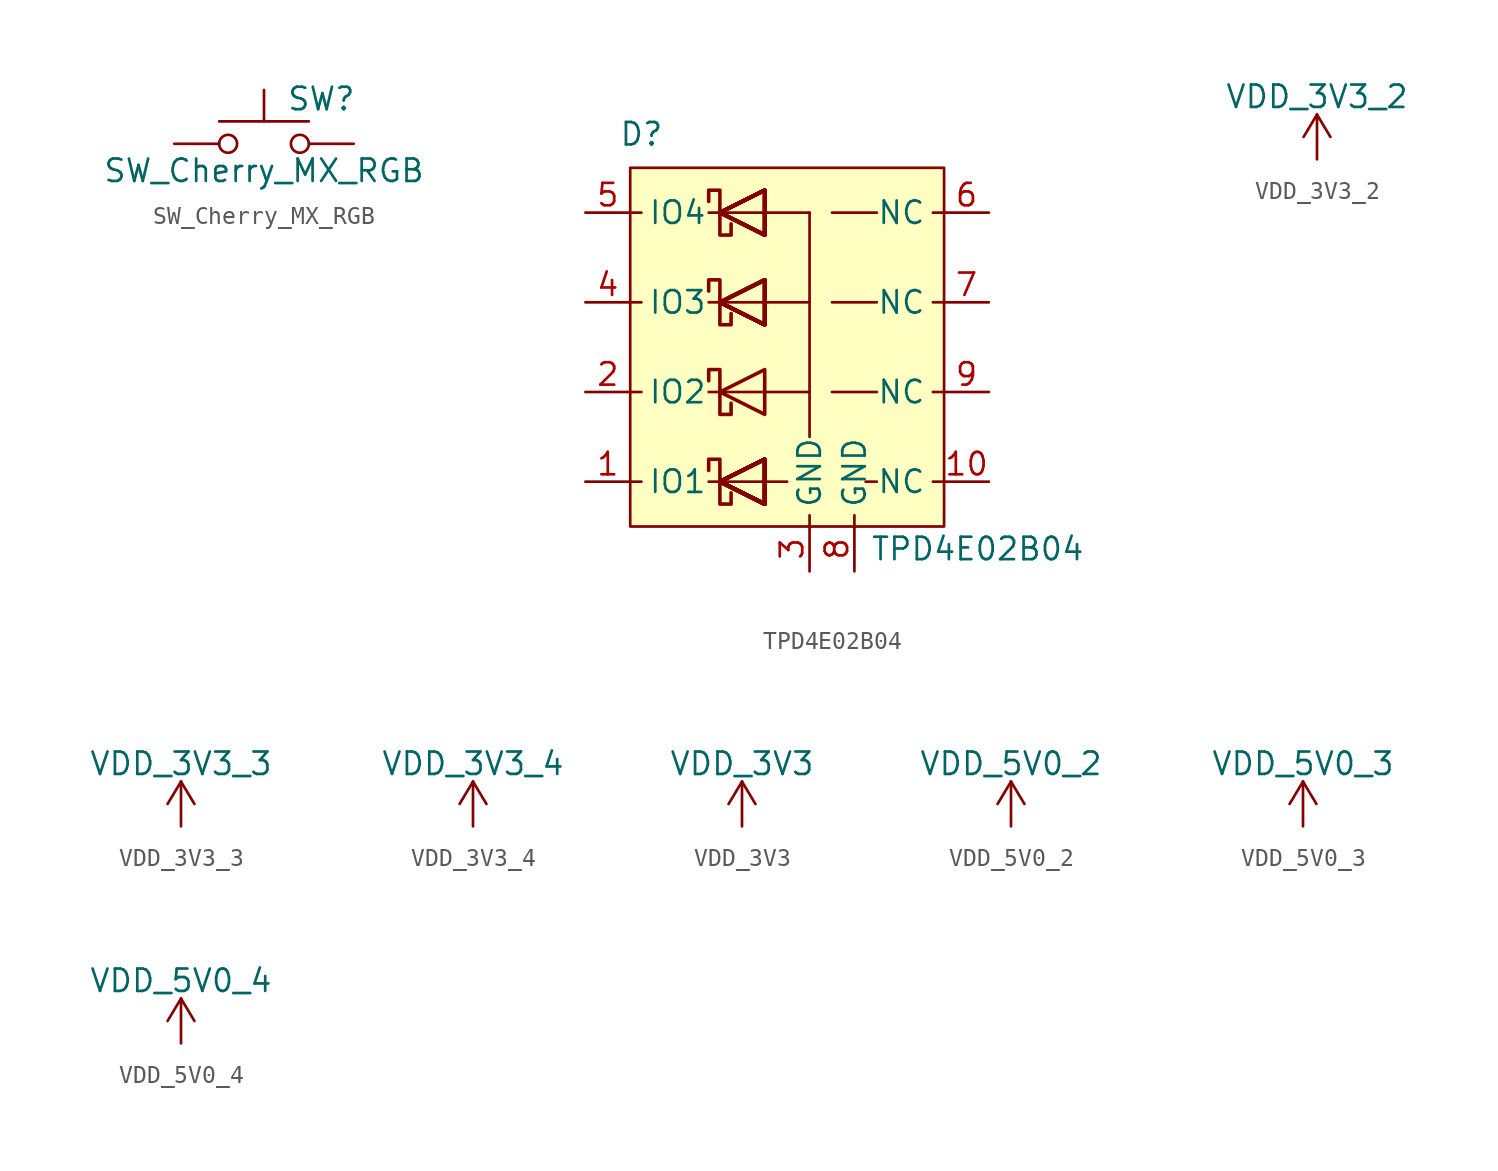
<source format=kicad_sym>
(kicad_symbol_lib
  (version 20211014)
  (generator kicad_symbol_editor)
  (symbol "SW_Cherry_MX_RGB"
    (pin_numbers hide)
    (pin_names
      (offset 1.016) hide)
    (property "Reference" "SW"
      (at 1.27 2.54 0)
      (effects (font (size 1.27 1.27)) (justify left)))
    (property "Value" "SW_Cherry_MX_RGB"
      (at 0 -1.524 0)
      (effects (font (size 1.27 1.27))))
    (symbol "SW_Cherry_MX_RGB_0_1"
      (circle (center -2.032 0) (radius 0.508) (stroke (width 0) (type default) (color 0 0 0 0)) (fill (type none)))
      (polyline (pts (xy 0 1.27) (xy 0 3.048)) (stroke (width 0) (type default) (color 0 0 0 0)) (fill (type none)))
      (polyline (pts (xy 2.54 1.27) (xy -2.54 1.27)) (stroke (width 0) (type default) (color 0 0 0 0)) (fill (type none)))
      (circle (center 2.032 0) (radius 0.508) (stroke (width 0) (type default) (color 0 0 0 0)) (fill (type none)))
      (pin passive line (at -5.08 0 0) (length 2.54) (name "1" (effects (font (size 1.27 1.27)))) (number "1" (effects (font (size 1.27 1.27)))))
      (pin passive line (at 5.08 0 180) (length 2.54) (name "2" (effects (font (size 1.27 1.27)))) (number "2" (effects (font (size 1.27 1.27)))))))
  (symbol "TPD4E02B04"
    (pin_names
      (offset 1.016))
    (property "Reference" "D"
      (at -8.255 12.065 0)
      (effects (font (size 1.27 1.27))))
    (property "Value" "TPD4E02B04"
      (at 10.795 -11.43 0)
      (effects (font (size 1.27 1.27))))
    (symbol "TPD4E02B04_0_1"
      (rectangle (start -8.89 -10.16) (end 8.89 10.16) (stroke (width 0) (type default) (color 0 0 0 0)) (fill (type background)))
      (polyline (pts (xy -8.89 -7.62) (xy -8.255 -7.62)) (stroke (width 0) (type default) (color 0 0 0 0)) (fill (type none)))
      (polyline (pts (xy -8.89 -2.54) (xy -8.255 -2.54)) (stroke (width 0) (type default) (color 0 0 0 0)) (fill (type none)))
      (polyline (pts (xy -8.89 2.54) (xy -8.255 2.54)) (stroke (width 0) (type default) (color 0 0 0 0)) (fill (type none)))
      (polyline (pts (xy -8.89 7.62) (xy -8.255 7.62)) (stroke (width 0) (type default) (color 0 0 0 0)) (fill (type none)))
      (polyline (pts (xy -4.445 -7.62) (xy 0 -7.62)) (stroke (width 0) (type default) (color 0 0 0 0)) (fill (type none)))
      (polyline (pts (xy -4.445 -2.54) (xy 1.27 -2.54)) (stroke (width 0) (type default) (color 0 0 0 0)) (fill (type none)))
      (polyline (pts (xy -4.445 2.54) (xy 1.27 2.54)) (stroke (width 0) (type default) (color 0 0 0 0)) (fill (type none)))
      (polyline (pts (xy -4.445 7.62) (xy 1.27 7.62)) (stroke (width 0) (type default) (color 0 0 0 0)) (fill (type none)))
      (polyline (pts (xy 1.27 -9.525) (xy 1.27 -10.16)) (stroke (width 0) (type default) (color 0 0 0 0)) (fill (type none)))
      (polyline (pts (xy 1.27 7.62) (xy 1.27 -5.08)) (stroke (width 0) (type default) (color 0 0 0 0)) (fill (type none)))
      (polyline (pts (xy 2.54 2.54) (xy 5.08 2.54)) (stroke (width 0) (type default) (color 0 0 0 0)) (fill (type none)))
      (polyline (pts (xy 2.54 7.62) (xy 5.08 7.62)) (stroke (width 0) (type default) (color 0 0 0 0)) (fill (type none)))
      (polyline (pts (xy 3.81 -9.525) (xy 3.81 -10.16)) (stroke (width 0) (type default) (color 0 0 0 0)) (fill (type none)))
      (polyline (pts (xy 5.08 -7.62) (xy 4.445 -7.62)) (stroke (width 0) (type default) (color 0 0 0 0)) (fill (type none)))
      (polyline (pts (xy 5.08 -2.54) (xy 2.54 -2.54)) (stroke (width 0) (type default) (color 0 0 0 0)) (fill (type none)))
      (polyline (pts (xy 8.255 -2.54) (xy 8.89 -2.54)) (stroke (width 0) (type default) (color 0 0 0 0)) (fill (type none)))
      (polyline (pts (xy 8.255 7.62) (xy 8.89 7.62)) (stroke (width 0) (type default) (color 0 0 0 0)) (fill (type none)))
      (polyline (pts (xy 8.89 -7.62) (xy 8.255 -7.62)) (stroke (width 0) (type default) (color 0 0 0 0)) (fill (type none)))
      (polyline (pts (xy 8.89 2.54) (xy 8.255 2.54)) (stroke (width 0) (type default) (color 0 0 0 0)) (fill (type none))))
    (symbol "TPD4E02B04_1_1"
      (polyline (pts (xy -1.27 -6.35) (xy -1.27 -8.89) (xy -3.81 -7.62) (xy -1.27 -6.35)) (stroke (width 0.203) (type default) (color 0 0 0 0)) (fill (type none)))
      (polyline (pts (xy -1.27 -6.35) (xy -1.27 -8.89) (xy -3.81 -7.62) (xy -1.27 -6.35)) (stroke (width 0.203) (type default) (color 0 0 0 0)) (fill (type none)))
      (polyline (pts (xy -1.27 -6.35) (xy -1.27 -8.89) (xy -3.81 -7.62) (xy -1.27 -6.35)) (stroke (width 0.203) (type default) (color 0 0 0 0)) (fill (type none)))
      (polyline (pts (xy -1.27 -6.35) (xy -1.27 -8.89) (xy -3.81 -7.62) (xy -1.27 -6.35)) (stroke (width 0.203) (type default) (color 0 0 0 0)) (fill (type none)))
      (polyline (pts (xy -1.27 -6.35) (xy -1.27 -8.89) (xy -3.81 -7.62) (xy -1.27 -6.35)) (stroke (width 0.203) (type default) (color 0 0 0 0)) (fill (type none)))
      (polyline (pts (xy -1.27 -6.35) (xy -1.27 -8.89) (xy -3.81 -7.62) (xy -1.27 -6.35)) (stroke (width 0.203) (type default) (color 0 0 0 0)) (fill (type none)))
      (polyline (pts (xy -1.27 -6.35) (xy -1.27 -8.89) (xy -3.81 -7.62) (xy -1.27 -6.35)) (stroke (width 0.203) (type default) (color 0 0 0 0)) (fill (type none)))
      (polyline (pts (xy -1.27 -6.35) (xy -1.27 -8.89) (xy -3.81 -7.62) (xy -1.27 -6.35)) (stroke (width 0.203) (type default) (color 0 0 0 0)) (fill (type none)))
      (polyline (pts (xy -1.27 -6.35) (xy -1.27 -8.89) (xy -3.81 -7.62) (xy -1.27 -6.35)) (stroke (width 0.203) (type default) (color 0 0 0 0)) (fill (type none)))
      (polyline (pts (xy -1.27 -6.35) (xy -1.27 -8.89) (xy -3.81 -7.62) (xy -1.27 -6.35)) (stroke (width 0.203) (type default) (color 0 0 0 0)) (fill (type none)))
      (polyline (pts (xy -1.27 -6.35) (xy -1.27 -8.89) (xy -3.81 -7.62) (xy -1.27 -6.35)) (stroke (width 0.203) (type default) (color 0 0 0 0)) (fill (type none)))
      (polyline (pts (xy -1.27 -6.35) (xy -1.27 -8.89) (xy -3.81 -7.62) (xy -1.27 -6.35)) (stroke (width 0.203) (type default) (color 0 0 0 0)) (fill (type none)))
      (polyline (pts (xy -1.27 -6.35) (xy -1.27 -8.89) (xy -3.81 -7.62) (xy -1.27 -6.35)) (stroke (width 0.203) (type default) (color 0 0 0 0)) (fill (type none)))
      (polyline (pts (xy -1.27 -6.35) (xy -1.27 -8.89) (xy -3.81 -7.62) (xy -1.27 -6.35)) (stroke (width 0.203) (type default) (color 0 0 0 0)) (fill (type none)))
      (polyline (pts (xy -1.27 -6.35) (xy -1.27 -8.89) (xy -3.81 -7.62) (xy -1.27 -6.35)) (stroke (width 0.203) (type default) (color 0 0 0 0)) (fill (type none)))
      (polyline (pts (xy -1.27 -6.35) (xy -1.27 -8.89) (xy -3.81 -7.62) (xy -1.27 -6.35)) (stroke (width 0.203) (type default) (color 0 0 0 0)) (fill (type none)))
      (polyline (pts (xy -1.27 -6.35) (xy -1.27 -8.89) (xy -3.81 -7.62) (xy -1.27 -6.35)) (stroke (width 0.203) (type default) (color 0 0 0 0)) (fill (type none)))
      (polyline (pts (xy -1.27 -6.35) (xy -1.27 -8.89) (xy -3.81 -7.62) (xy -1.27 -6.35)) (stroke (width 0.203) (type default) (color 0 0 0 0)) (fill (type none)))
      (polyline (pts (xy -1.27 -6.35) (xy -1.27 -8.89) (xy -3.81 -7.62) (xy -1.27 -6.35)) (stroke (width 0.203) (type default) (color 0 0 0 0)) (fill (type none)))
      (polyline (pts (xy -1.27 -6.35) (xy -1.27 -8.89) (xy -3.81 -7.62) (xy -1.27 -6.35)) (stroke (width 0.203) (type default) (color 0 0 0 0)) (fill (type none)))
      (polyline (pts (xy -1.27 -6.35) (xy -1.27 -8.89) (xy -3.81 -7.62) (xy -1.27 -6.35)) (stroke (width 0.203) (type default) (color 0 0 0 0)) (fill (type none)))
      (polyline (pts (xy -1.27 -6.35) (xy -1.27 -8.89) (xy -3.81 -7.62) (xy -1.27 -6.35)) (stroke (width 0.203) (type default) (color 0 0 0 0)) (fill (type none)))
      (polyline (pts (xy -1.27 -6.35) (xy -1.27 -8.89) (xy -3.81 -7.62) (xy -1.27 -6.35)) (stroke (width 0.203) (type default) (color 0 0 0 0)) (fill (type none)))
      (polyline (pts (xy -1.27 -6.35) (xy -1.27 -8.89) (xy -3.81 -7.62) (xy -1.27 -6.35)) (stroke (width 0.203) (type default) (color 0 0 0 0)) (fill (type none)))
      (polyline (pts (xy -1.27 -6.35) (xy -1.27 -8.89) (xy -3.81 -7.62) (xy -1.27 -6.35)) (stroke (width 0.203) (type default) (color 0 0 0 0)) (fill (type none)))
      (polyline (pts (xy -1.27 -6.35) (xy -1.27 -8.89) (xy -3.81 -7.62) (xy -1.27 -6.35)) (stroke (width 0.203) (type default) (color 0 0 0 0)) (fill (type none)))
      (polyline (pts (xy -1.27 -6.35) (xy -1.27 -8.89) (xy -3.81 -7.62) (xy -1.27 -6.35)) (stroke (width 0.203) (type default) (color 0 0 0 0)) (fill (type none)))
      (polyline (pts (xy -1.27 -6.35) (xy -1.27 -8.89) (xy -3.81 -7.62) (xy -1.27 -6.35)) (stroke (width 0.203) (type default) (color 0 0 0 0)) (fill (type none)))
      (polyline (pts (xy -1.27 -6.35) (xy -1.27 -8.89) (xy -3.81 -7.62) (xy -1.27 -6.35)) (stroke (width 0.203) (type default) (color 0 0 0 0)) (fill (type none)))
      (polyline (pts (xy -1.27 -6.35) (xy -1.27 -8.89) (xy -3.81 -7.62) (xy -1.27 -6.35)) (stroke (width 0.203) (type default) (color 0 0 0 0)) (fill (type none)))
      (polyline (pts (xy -1.27 -1.27) (xy -1.27 -3.81) (xy -3.81 -2.54) (xy -1.27 -1.27)) (stroke (width 0.203) (type default) (color 0 0 0 0)) (fill (type none)))
      (polyline (pts (xy -1.27 3.81) (xy -1.27 1.27) (xy -3.81 2.54) (xy -1.27 3.81)) (stroke (width 0.203) (type default) (color 0 0 0 0)) (fill (type none)))
      (polyline (pts (xy -1.27 3.81) (xy -1.27 1.27) (xy -3.81 2.54) (xy -1.27 3.81)) (stroke (width 0.203) (type default) (color 0 0 0 0)) (fill (type none)))
      (polyline (pts (xy -1.27 3.81) (xy -1.27 1.27) (xy -3.81 2.54) (xy -1.27 3.81)) (stroke (width 0.203) (type default) (color 0 0 0 0)) (fill (type none)))
      (polyline (pts (xy -1.27 3.81) (xy -1.27 1.27) (xy -3.81 2.54) (xy -1.27 3.81)) (stroke (width 0.203) (type default) (color 0 0 0 0)) (fill (type none)))
      (polyline (pts (xy -1.27 3.81) (xy -1.27 1.27) (xy -3.81 2.54) (xy -1.27 3.81)) (stroke (width 0.203) (type default) (color 0 0 0 0)) (fill (type none)))
      (polyline (pts (xy -1.27 3.81) (xy -1.27 1.27) (xy -3.81 2.54) (xy -1.27 3.81)) (stroke (width 0.203) (type default) (color 0 0 0 0)) (fill (type none)))
      (polyline (pts (xy -1.27 3.81) (xy -1.27 1.27) (xy -3.81 2.54) (xy -1.27 3.81)) (stroke (width 0.203) (type default) (color 0 0 0 0)) (fill (type none)))
      (polyline (pts (xy -1.27 3.81) (xy -1.27 1.27) (xy -3.81 2.54) (xy -1.27 3.81)) (stroke (width 0.203) (type default) (color 0 0 0 0)) (fill (type none)))
      (polyline (pts (xy -1.27 3.81) (xy -1.27 1.27) (xy -3.81 2.54) (xy -1.27 3.81)) (stroke (width 0.203) (type default) (color 0 0 0 0)) (fill (type none)))
      (polyline (pts (xy -1.27 3.81) (xy -1.27 1.27) (xy -3.81 2.54) (xy -1.27 3.81)) (stroke (width 0.203) (type default) (color 0 0 0 0)) (fill (type none)))
      (polyline (pts (xy -1.27 3.81) (xy -1.27 1.27) (xy -3.81 2.54) (xy -1.27 3.81)) (stroke (width 0.203) (type default) (color 0 0 0 0)) (fill (type none)))
      (polyline (pts (xy -1.27 3.81) (xy -1.27 1.27) (xy -3.81 2.54) (xy -1.27 3.81)) (stroke (width 0.203) (type default) (color 0 0 0 0)) (fill (type none)))
      (polyline (pts (xy -1.27 3.81) (xy -1.27 1.27) (xy -3.81 2.54) (xy -1.27 3.81)) (stroke (width 0.203) (type default) (color 0 0 0 0)) (fill (type none)))
      (polyline (pts (xy -1.27 3.81) (xy -1.27 1.27) (xy -3.81 2.54) (xy -1.27 3.81)) (stroke (width 0.203) (type default) (color 0 0 0 0)) (fill (type none)))
      (polyline (pts (xy -1.27 3.81) (xy -1.27 1.27) (xy -3.81 2.54) (xy -1.27 3.81)) (stroke (width 0.203) (type default) (color 0 0 0 0)) (fill (type none)))
      (polyline (pts (xy -1.27 3.81) (xy -1.27 1.27) (xy -3.81 2.54) (xy -1.27 3.81)) (stroke (width 0.203) (type default) (color 0 0 0 0)) (fill (type none)))
      (polyline (pts (xy -1.27 8.89) (xy -1.27 6.35) (xy -3.81 7.62) (xy -1.27 8.89)) (stroke (width 0.203) (type default) (color 0 0 0 0)) (fill (type none)))
      (polyline (pts (xy -1.27 8.89) (xy -1.27 6.35) (xy -3.81 7.62) (xy -1.27 8.89)) (stroke (width 0.203) (type default) (color 0 0 0 0)) (fill (type none)))
      (polyline (pts (xy -1.27 8.89) (xy -1.27 6.35) (xy -3.81 7.62) (xy -1.27 8.89)) (stroke (width 0.203) (type default) (color 0 0 0 0)) (fill (type none)))
      (polyline (pts (xy -1.27 8.89) (xy -1.27 6.35) (xy -3.81 7.62) (xy -1.27 8.89)) (stroke (width 0.203) (type default) (color 0 0 0 0)) (fill (type none)))
      (polyline (pts (xy -1.27 8.89) (xy -1.27 6.35) (xy -3.81 7.62) (xy -1.27 8.89)) (stroke (width 0.203) (type default) (color 0 0 0 0)) (fill (type none)))
      (polyline (pts (xy -1.27 8.89) (xy -1.27 6.35) (xy -3.81 7.62) (xy -1.27 8.89)) (stroke (width 0.203) (type default) (color 0 0 0 0)) (fill (type none)))
      (polyline (pts (xy -1.27 8.89) (xy -1.27 6.35) (xy -3.81 7.62) (xy -1.27 8.89)) (stroke (width 0.203) (type default) (color 0 0 0 0)) (fill (type none)))
      (polyline (pts (xy -1.27 8.89) (xy -1.27 6.35) (xy -3.81 7.62) (xy -1.27 8.89)) (stroke (width 0.203) (type default) (color 0 0 0 0)) (fill (type none)))
      (polyline (pts (xy -1.27 8.89) (xy -1.27 6.35) (xy -3.81 7.62) (xy -1.27 8.89)) (stroke (width 0.203) (type default) (color 0 0 0 0)) (fill (type none)))
      (polyline (pts (xy -1.27 8.89) (xy -1.27 6.35) (xy -3.81 7.62) (xy -1.27 8.89)) (stroke (width 0.203) (type default) (color 0 0 0 0)) (fill (type none)))
      (polyline (pts (xy -1.27 8.89) (xy -1.27 6.35) (xy -3.81 7.62) (xy -1.27 8.89)) (stroke (width 0.203) (type default) (color 0 0 0 0)) (fill (type none)))
      (polyline (pts (xy -1.27 8.89) (xy -1.27 6.35) (xy -3.81 7.62) (xy -1.27 8.89)) (stroke (width 0.203) (type default) (color 0 0 0 0)) (fill (type none)))
      (polyline (pts (xy -1.27 8.89) (xy -1.27 6.35) (xy -3.81 7.62) (xy -1.27 8.89)) (stroke (width 0.203) (type default) (color 0 0 0 0)) (fill (type none)))
      (polyline (pts (xy -1.27 8.89) (xy -1.27 6.35) (xy -3.81 7.62) (xy -1.27 8.89)) (stroke (width 0.203) (type default) (color 0 0 0 0)) (fill (type none)))
      (polyline (pts (xy -1.27 8.89) (xy -1.27 6.35) (xy -3.81 7.62) (xy -1.27 8.89)) (stroke (width 0.203) (type default) (color 0 0 0 0)) (fill (type none)))
      (polyline (pts (xy -1.27 8.89) (xy -1.27 6.35) (xy -3.81 7.62) (xy -1.27 8.89)) (stroke (width 0.203) (type default) (color 0 0 0 0)) (fill (type none)))
      (polyline (pts (xy -4.445 3.175) (xy -4.445 3.81) (xy -3.81 3.81) (xy -3.81 1.27) (xy -3.175 1.27) (xy -3.175 1.905)) (stroke (width 0.203) (type default) (color 0 0 0 0)) (fill (type none)))
      (polyline (pts (xy -4.445 8.255) (xy -4.445 8.89) (xy -3.81 8.89) (xy -3.81 6.35) (xy -3.175 6.35) (xy -3.175 6.985)) (stroke (width 0.203) (type default) (color 0 0 0 0)) (fill (type none)))
      (polyline (pts (xy -3.175 -8.255) (xy -3.175 -8.89) (xy -3.81 -8.89) (xy -3.81 -6.35) (xy -4.445 -6.35) (xy -4.445 -6.985)) (stroke (width 0.203) (type default) (color 0 0 0 0)) (fill (type none)))
      (polyline (pts (xy -3.175 -3.175) (xy -3.175 -3.81) (xy -3.81 -3.81) (xy -3.81 -1.27) (xy -4.445 -1.27) (xy -4.445 -1.905)) (stroke (width 0.203) (type default) (color 0 0 0 0)) (fill (type none)))
      (pin passive line (at -11.43 -7.62 0) (length 2.54) (name "IO1" (effects (font (size 1.27 1.27)))) (number "1" (effects (font (size 1.27 1.27)))))
      (pin passive line (at 11.43 -7.62 180) (length 2.54) (name "NC" (effects (font (size 1.27 1.27)))) (number "10" (effects (font (size 1.27 1.27)))))
      (pin passive line (at -11.43 -2.54 0) (length 2.54) (name "IO2" (effects (font (size 1.27 1.27)))) (number "2" (effects (font (size 1.27 1.27)))))
      (pin passive line (at 1.27 -12.7 90) (length 2.54) (name "GND" (effects (font (size 1.27 1.27)))) (number "3" (effects (font (size 1.27 1.27)))))
      (pin passive line (at -11.43 2.54 0) (length 2.54) (name "IO3" (effects (font (size 1.27 1.27)))) (number "4" (effects (font (size 1.27 1.27)))))
      (pin passive line (at -11.43 7.62 0) (length 2.54) (name "IO4" (effects (font (size 1.27 1.27)))) (number "5" (effects (font (size 1.27 1.27)))))
      (pin passive line (at 11.43 7.62 180) (length 2.54) (name "NC" (effects (font (size 1.27 1.27)))) (number "6" (effects (font (size 1.27 1.27)))))
      (pin passive line (at 11.43 2.54 180) (length 2.54) (name "NC" (effects (font (size 1.27 1.27)))) (number "7" (effects (font (size 1.27 1.27)))))
      (pin passive line (at 3.81 -12.7 90) (length 2.54) (name "GND" (effects (font (size 1.27 1.27)))) (number "8" (effects (font (size 1.27 1.27)))))
      (pin passive line (at 11.43 -2.54 180) (length 2.54) (name "NC" (effects (font (size 1.27 1.27)))) (number "9" (effects (font (size 1.27 1.27)))))))
  (symbol "VDD_3V3_2"
    (power)
    (pin_names
      (offset 0))
    (property "Reference" "#PWR"
      (at 0 -3.81 0)
      (effects (font (size 1.27 1.27)) hide))
    (property "Value" "VDD_3V3_2"
      (at 0 3.556 0)
      (effects (font (size 1.27 1.27))))
    (symbol "VDD_3V3_2_0_1"
      (polyline (pts (xy -0.762 1.27) (xy 0 2.54)) (stroke (width 0) (type default) (color 0 0 0 0)) (fill (type none)))
      (polyline (pts (xy 0 0) (xy 0 2.54)) (stroke (width 0) (type default) (color 0 0 0 0)) (fill (type none)))
      (polyline (pts (xy 0 2.54) (xy 0.762 1.27)) (stroke (width 0) (type default) (color 0 0 0 0)) (fill (type none))))
    (symbol "VDD_3V3_2_1_1"
      (pin power_in line (at 0 0 90) (length 0) hide (name "VDD_3V3_2" (effects (font (size 1.27 1.27)))) (number "1" (effects (font (size 1.27 1.27)))))))
  (symbol "VDD_3V3_3"
    (power)
    (pin_names
      (offset 0))
    (property "Reference" "#PWR"
      (at 0 -3.81 0)
      (effects (font (size 1.27 1.27)) hide))
    (property "Value" "VDD_3V3_3"
      (at 0 3.556 0)
      (effects (font (size 1.27 1.27))))
    (symbol "VDD_3V3_3_0_1"
      (polyline (pts (xy -0.762 1.27) (xy 0 2.54)) (stroke (width 0) (type default) (color 0 0 0 0)) (fill (type none)))
      (polyline (pts (xy 0 0) (xy 0 2.54)) (stroke (width 0) (type default) (color 0 0 0 0)) (fill (type none)))
      (polyline (pts (xy 0 2.54) (xy 0.762 1.27)) (stroke (width 0) (type default) (color 0 0 0 0)) (fill (type none))))
    (symbol "VDD_3V3_3_1_1"
      (pin power_in line (at 0 0 90) (length 0) hide (name "VDD_3V3_3" (effects (font (size 1.27 1.27)))) (number "1" (effects (font (size 1.27 1.27)))))))
  (symbol "VDD_3V3_4"
    (power)
    (pin_names
      (offset 0))
    (property "Reference" "#PWR"
      (at 0 -3.81 0)
      (effects (font (size 1.27 1.27)) hide))
    (property "Value" "VDD_3V3_4"
      (at 0 3.556 0)
      (effects (font (size 1.27 1.27))))
    (symbol "VDD_3V3_4_0_1"
      (polyline (pts (xy -0.762 1.27) (xy 0 2.54)) (stroke (width 0) (type default) (color 0 0 0 0)) (fill (type none)))
      (polyline (pts (xy 0 0) (xy 0 2.54)) (stroke (width 0) (type default) (color 0 0 0 0)) (fill (type none)))
      (polyline (pts (xy 0 2.54) (xy 0.762 1.27)) (stroke (width 0) (type default) (color 0 0 0 0)) (fill (type none))))
    (symbol "VDD_3V3_4_1_1"
      (pin power_in line (at 0 0 90) (length 0) hide (name "VDD_3V3_4" (effects (font (size 1.27 1.27)))) (number "1" (effects (font (size 1.27 1.27)))))))
  (symbol "VDD_3V3"
    (power)
    (pin_names
      (offset 0))
    (property "Reference" "#PWR"
      (at 0 -3.81 0)
      (effects (font (size 1.27 1.27)) hide))
    (property "Value" "VDD_3V3"
      (at 0 3.556 0)
      (effects (font (size 1.27 1.27))))
    (symbol "VDD_3V3_0_1"
      (polyline (pts (xy -0.762 1.27) (xy 0 2.54)) (stroke (width 0) (type default) (color 0 0 0 0)) (fill (type none)))
      (polyline (pts (xy 0 0) (xy 0 2.54)) (stroke (width 0) (type default) (color 0 0 0 0)) (fill (type none)))
      (polyline (pts (xy 0 2.54) (xy 0.762 1.27)) (stroke (width 0) (type default) (color 0 0 0 0)) (fill (type none))))
    (symbol "VDD_3V3_1_1"
      (pin power_in line (at 0 0 90) (length 0) hide (name "VDD_3V3" (effects (font (size 1.27 1.27)))) (number "1" (effects (font (size 1.27 1.27)))))))
  (symbol "VDD_5V0_2"
    (power)
    (pin_names
      (offset 0))
    (property "Reference" "#PWR"
      (at 0 -3.81 0)
      (effects (font (size 1.27 1.27)) hide))
    (property "Value" "VDD_5V0_2"
      (at 0 3.556 0)
      (effects (font (size 1.27 1.27))))
    (symbol "VDD_5V0_2_0_1"
      (polyline (pts (xy -0.762 1.27) (xy 0 2.54)) (stroke (width 0) (type default) (color 0 0 0 0)) (fill (type none)))
      (polyline (pts (xy 0 0) (xy 0 2.54)) (stroke (width 0) (type default) (color 0 0 0 0)) (fill (type none)))
      (polyline (pts (xy 0 2.54) (xy 0.762 1.27)) (stroke (width 0) (type default) (color 0 0 0 0)) (fill (type none))))
    (symbol "VDD_5V0_2_1_1"
      (pin power_in line (at 0 0 90) (length 0) hide (name "VDD_5V0_2" (effects (font (size 1.27 1.27)))) (number "1" (effects (font (size 1.27 1.27)))))))
  (symbol "VDD_5V0_3"
    (power)
    (pin_names
      (offset 0))
    (property "Reference" "#PWR"
      (at 0 -3.81 0)
      (effects (font (size 1.27 1.27)) hide))
    (property "Value" "VDD_5V0_3"
      (at 0 3.556 0)
      (effects (font (size 1.27 1.27))))
    (symbol "VDD_5V0_3_0_1"
      (polyline (pts (xy -0.762 1.27) (xy 0 2.54)) (stroke (width 0) (type default) (color 0 0 0 0)) (fill (type none)))
      (polyline (pts (xy 0 0) (xy 0 2.54)) (stroke (width 0) (type default) (color 0 0 0 0)) (fill (type none)))
      (polyline (pts (xy 0 2.54) (xy 0.762 1.27)) (stroke (width 0) (type default) (color 0 0 0 0)) (fill (type none))))
    (symbol "VDD_5V0_3_1_1"
      (pin power_in line (at 0 0 90) (length 0) hide (name "VDD_5V0_3" (effects (font (size 1.27 1.27)))) (number "1" (effects (font (size 1.27 1.27)))))))
  (symbol "VDD_5V0_4"
    (power)
    (pin_names
      (offset 0))
    (property "Reference" "#PWR"
      (at 0 -3.81 0)
      (effects (font (size 1.27 1.27)) hide))
    (property "Value" "VDD_5V0_4"
      (at 0 3.556 0)
      (effects (font (size 1.27 1.27))))
    (symbol "VDD_5V0_4_0_1"
      (polyline (pts (xy -0.762 1.27) (xy 0 2.54)) (stroke (width 0) (type default) (color 0 0 0 0)) (fill (type none)))
      (polyline (pts (xy 0 0) (xy 0 2.54)) (stroke (width 0) (type default) (color 0 0 0 0)) (fill (type none)))
      (polyline (pts (xy 0 2.54) (xy 0.762 1.27)) (stroke (width 0) (type default) (color 0 0 0 0)) (fill (type none))))
    (symbol "VDD_5V0_4_1_1"
      (pin power_in line (at 0 0 90) (length 0) hide (name "VDD_5V0_4" (effects (font (size 1.27 1.27)))) (number "1" (effects (font (size 1.27 1.27))))))))
</source>
